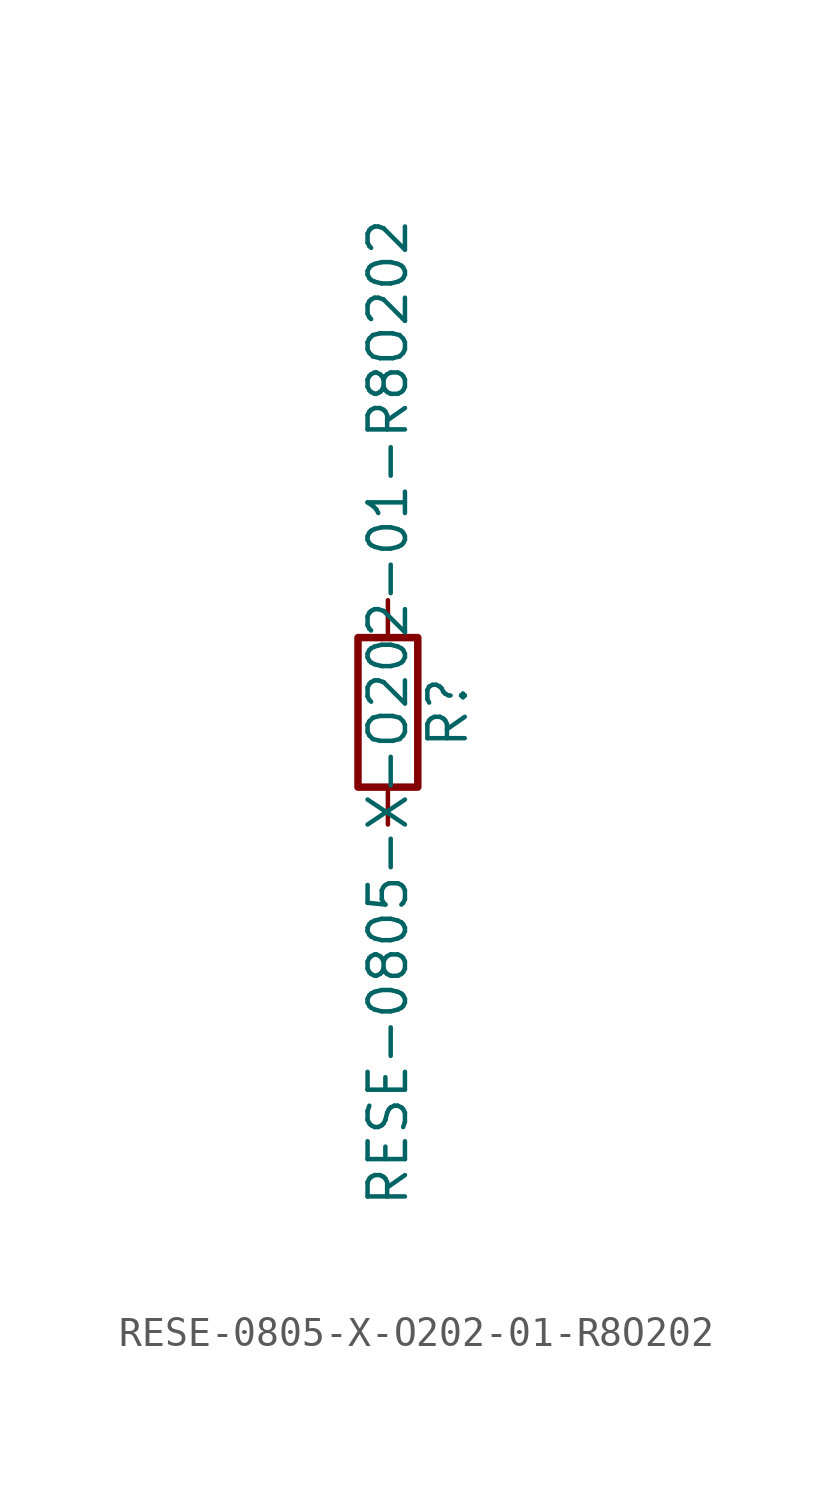
<source format=kicad_sym>
(kicad_symbol_lib
  (version 20211014)
  (generator kicad_symbol_editor)
  (symbol "RESE-0805-X-O202-01-R8O202"
    (pin_numbers hide)
    (pin_names
      (offset 0))
    (property "Reference" "R"
      (at 2.032 0 90)
      (effects (font (size 1.27 1.27))))
    (property "Value" "RESE-0805-X-O202-01-R8O202"
      (at 0 0 90)
      (effects (font (size 1.27 1.27))))
    (symbol "RESE-0805-X-O202-01-R8O202_0_1"
      (rectangle (start -1.016 -2.54) (end 1.016 2.54) (stroke (width 0.254) (type default) (color 0 0 0 0)) (fill (type none))))
    (symbol "RESE-0805-X-O202-01-R8O202_1_1"
      (pin passive line (at 0 3.81 270) (length 1.27) (name "~" (effects (font (size 1.27 1.27)))) (number "1" (effects (font (size 1.27 1.27)))))
      (pin passive line (at 0 -3.81 90) (length 1.27) (name "~" (effects (font (size 1.27 1.27)))) (number "2" (effects (font (size 1.27 1.27))))))))
</source>
